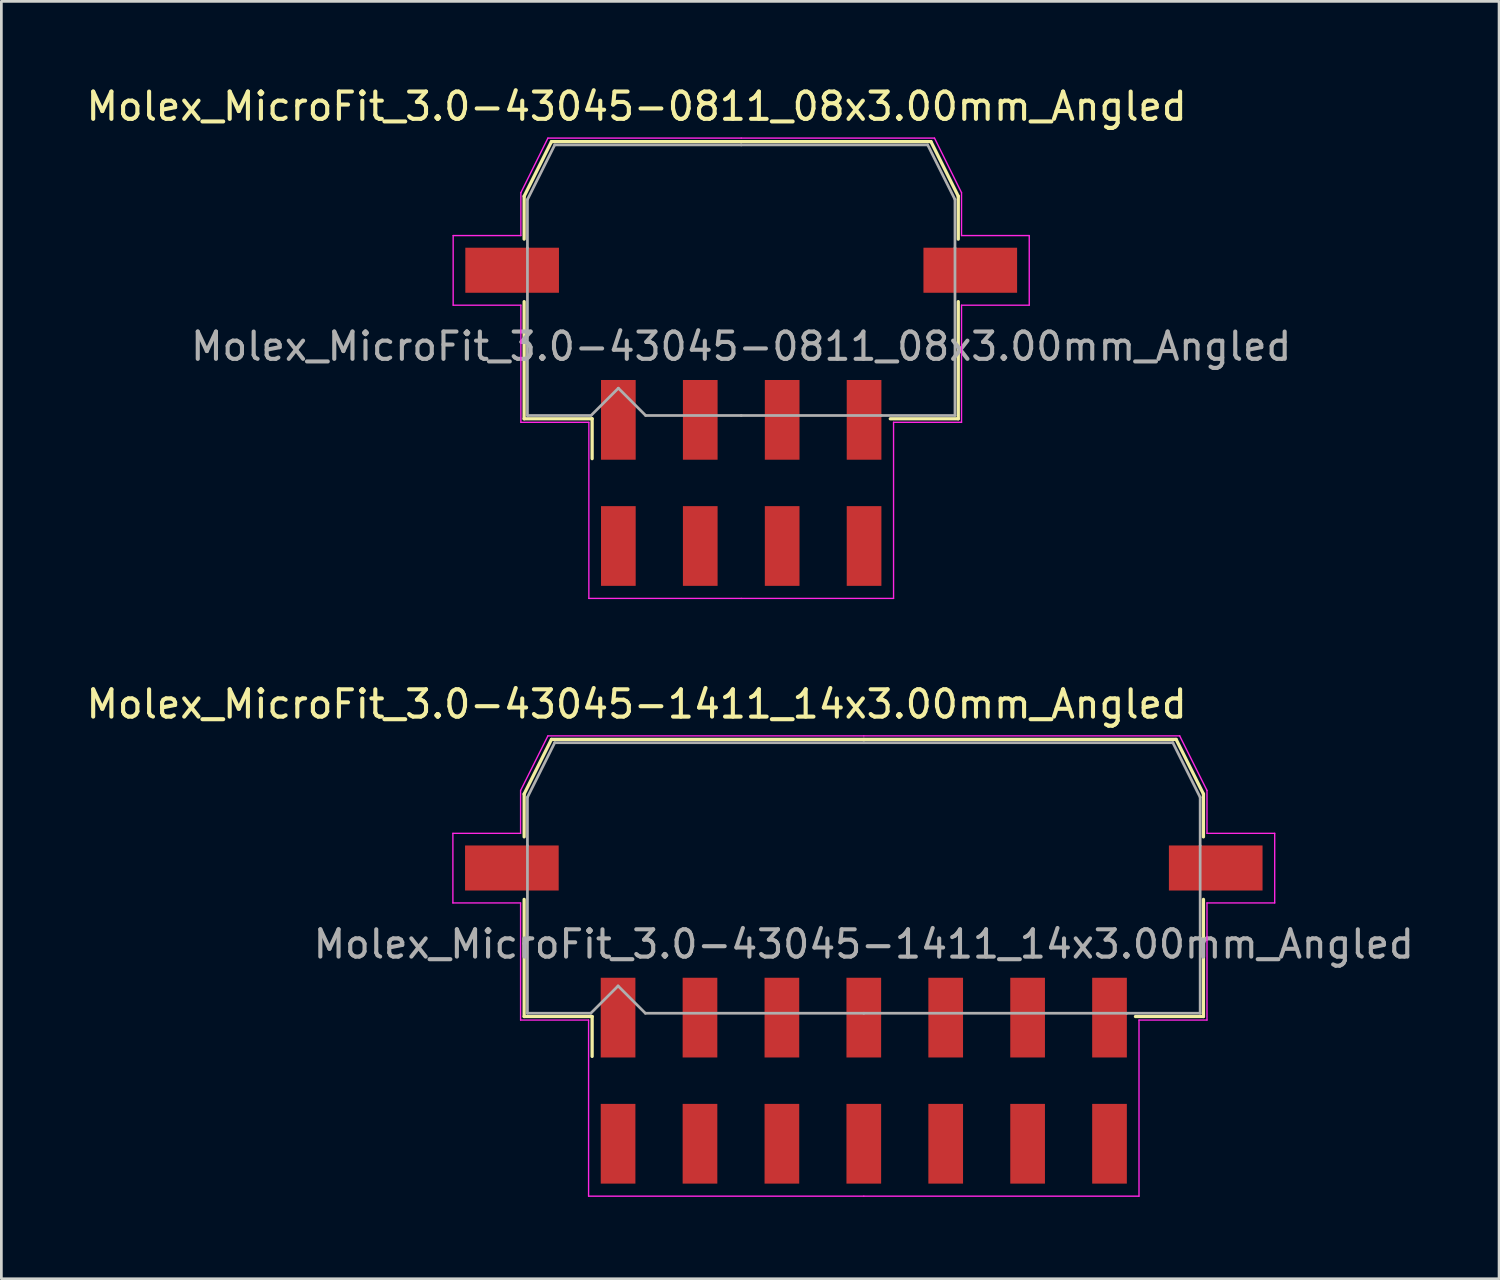
<source format=kicad_pcb>
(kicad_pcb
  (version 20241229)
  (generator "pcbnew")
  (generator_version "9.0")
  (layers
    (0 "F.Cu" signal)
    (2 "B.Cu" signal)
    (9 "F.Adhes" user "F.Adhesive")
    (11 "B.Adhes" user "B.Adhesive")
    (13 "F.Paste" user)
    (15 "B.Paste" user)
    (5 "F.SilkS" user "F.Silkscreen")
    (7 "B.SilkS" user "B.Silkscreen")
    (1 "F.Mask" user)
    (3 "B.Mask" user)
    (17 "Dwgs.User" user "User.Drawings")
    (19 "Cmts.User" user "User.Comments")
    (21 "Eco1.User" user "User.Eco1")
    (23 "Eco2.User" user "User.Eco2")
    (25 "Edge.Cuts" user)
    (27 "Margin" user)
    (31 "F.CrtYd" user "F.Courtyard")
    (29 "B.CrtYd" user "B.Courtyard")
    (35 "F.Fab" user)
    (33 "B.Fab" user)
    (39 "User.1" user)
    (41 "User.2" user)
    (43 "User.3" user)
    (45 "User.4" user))
  (footprint "Molex_MicroFit_3.0-43045-0811_08x3.00mm_Angled"
    (layer "F.Cu")
    (at 24.098 14.638)
    (property "Reference" "Molex_MicroFit_3.0-43045-0811_08x3.00mm_Angled" (at -3.83 -13.79 0) (layer "F.SilkS") (effects (font (size 1 1) (thickness 0.15))))
    (attr smd)
    (fp_line (start -7.95 -10.5) (end -7.95 -8.93) (stroke (width 0.12) (type solid)) (layer "F.SilkS"))
    (fp_line (start -7.95 -6.64) (end -7.95 -2.35) (stroke (width 0.12) (type solid)) (layer "F.SilkS"))
    (fp_line (start -7.95 -2.35) (end -5.46 -2.35) (stroke (width 0.12) (type solid)) (layer "F.SilkS"))
    (fp_line (start -6.95 -12.5) (end -7.95 -10.5) (stroke (width 0.12) (type solid)) (layer "F.SilkS"))
    (fp_line (start -5.46 -2.35) (end -5.46 -0.89) (stroke (width 0.12) (type solid)) (layer "F.SilkS"))
    (fp_line (start 0 -12.5) (end -6.95 -12.5) (stroke (width 0.12) (type solid)) (layer "F.SilkS"))
    (fp_line (start 0 -12.5) (end 6.95 -12.5) (stroke (width 0.12) (type solid)) (layer "F.SilkS"))
    (fp_line (start 6.95 -12.5) (end 7.95 -10.5) (stroke (width 0.12) (type solid)) (layer "F.SilkS"))
    (fp_line (start 7.95 -10.5) (end 7.95 -8.93) (stroke (width 0.12) (type solid)) (layer "F.SilkS"))
    (fp_line (start 7.95 -6.64) (end 7.95 -2.35) (stroke (width 0.12) (type solid)) (layer "F.SilkS"))
    (fp_line (start 7.95 -2.35) (end 5.46 -2.35) (stroke (width 0.12) (type solid)) (layer "F.SilkS"))
    (fp_line (start -10.55 -9.06) (end -10.55 -6.51) (stroke (width 0.05) (type solid)) (layer "F.CrtYd"))
    (fp_line (start -10.55 -6.51) (end -8.07 -6.51) (stroke (width 0.05) (type solid)) (layer "F.CrtYd"))
    (fp_line (start -8.07 -10.63) (end -8.07 -9.06) (stroke (width 0.05) (type solid)) (layer "F.CrtYd"))
    (fp_line (start -8.07 -9.06) (end -10.55 -9.06) (stroke (width 0.05) (type solid)) (layer "F.CrtYd"))
    (fp_line (start -8.07 -6.51) (end -8.07 -2.22) (stroke (width 0.05) (type solid)) (layer "F.CrtYd"))
    (fp_line (start -8.07 -2.22) (end -5.58 -2.22) (stroke (width 0.05) (type solid)) (layer "F.CrtYd"))
    (fp_line (start -7.08 -12.63) (end -8.07 -10.63) (stroke (width 0.05) (type solid)) (layer "F.CrtYd"))
    (fp_line (start -5.58 -2.22) (end -5.58 4.23) (stroke (width 0.05) (type solid)) (layer "F.CrtYd"))
    (fp_line (start -5.58 4.23) (end 0 4.23) (stroke (width 0.05) (type solid)) (layer "F.CrtYd"))
    (fp_line (start 0 -12.63) (end -7.08 -12.63) (stroke (width 0.05) (type solid)) (layer "F.CrtYd"))
    (fp_line (start 0 -12.63) (end 7.08 -12.63) (stroke (width 0.05) (type solid)) (layer "F.CrtYd"))
    (fp_line (start 5.58 -2.22) (end 5.58 4.23) (stroke (width 0.05) (type solid)) (layer "F.CrtYd"))
    (fp_line (start 5.58 4.23) (end 0 4.23) (stroke (width 0.05) (type solid)) (layer "F.CrtYd"))
    (fp_line (start 7.08 -12.63) (end 8.07 -10.63) (stroke (width 0.05) (type solid)) (layer "F.CrtYd"))
    (fp_line (start 8.07 -10.63) (end 8.07 -9.06) (stroke (width 0.05) (type solid)) (layer "F.CrtYd"))
    (fp_line (start 8.07 -9.06) (end 10.55 -9.06) (stroke (width 0.05) (type solid)) (layer "F.CrtYd"))
    (fp_line (start 8.07 -6.51) (end 8.07 -2.22) (stroke (width 0.05) (type solid)) (layer "F.CrtYd"))
    (fp_line (start 8.07 -2.22) (end 5.58 -2.22) (stroke (width 0.05) (type solid)) (layer "F.CrtYd"))
    (fp_line (start 10.55 -9.06) (end 10.55 -6.51) (stroke (width 0.05) (type solid)) (layer "F.CrtYd"))
    (fp_line (start 10.55 -6.51) (end 8.07 -6.51) (stroke (width 0.05) (type solid)) (layer "F.CrtYd"))
    (fp_line (start -7.83 -10.38) (end -7.83 -8.61) (stroke (width 0.1) (type solid)) (layer "F.Fab"))
    (fp_line (start -7.83 -8.61) (end -7.83 -2.47) (stroke (width 0.1) (type solid)) (layer "F.Fab"))
    (fp_line (start -7.83 -2.47) (end -5.5 -2.47) (stroke (width 0.1) (type solid)) (layer "F.Fab"))
    (fp_line (start -6.83 -12.38) (end -7.83 -10.38) (stroke (width 0.1) (type solid)) (layer "F.Fab"))
    (fp_line (start -5.5 -2.47) (end -4.5 -3.47) (stroke (width 0.1) (type solid)) (layer "F.Fab"))
    (fp_line (start -4.5 -3.47) (end -3.5 -2.47) (stroke (width 0.1) (type solid)) (layer "F.Fab"))
    (fp_line (start -3.5 -2.47) (end 0 -2.47) (stroke (width 0.1) (type solid)) (layer "F.Fab"))
    (fp_line (start 0 -12.38) (end -6.83 -12.38) (stroke (width 0.1) (type solid)) (layer "F.Fab"))
    (fp_line (start 0 -12.38) (end 6.83 -12.38) (stroke (width 0.1) (type solid)) (layer "F.Fab"))
    (fp_line (start 5.13 -2.47) (end 0 -2.47) (stroke (width 0.1) (type solid)) (layer "F.Fab"))
    (fp_line (start 6.83 -12.38) (end 7.83 -10.38) (stroke (width 0.1) (type solid)) (layer "F.Fab"))
    (fp_line (start 7.83 -10.38) (end 7.83 -8.61) (stroke (width 0.1) (type solid)) (layer "F.Fab"))
    (fp_line (start 7.83 -8.61) (end 7.83 -2.47) (stroke (width 0.1) (type solid)) (layer "F.Fab"))
    (fp_line (start 7.83 -2.47) (end 5.13 -2.47) (stroke (width 0.1) (type solid)) (layer "F.Fab"))
    (fp_text user "${REFERENCE}" (at 0 -5 0) (layer "F.Fab") (effects (font (size 1 1) (thickness 0.15))))
    (pad "" smd rect (at -8.39 -7.79) (size 3.43 1.65) (layers "F.Cu" "F.Mask" "F.Paste"))
    (pad "" smd rect (at 8.39 -7.79) (size 3.43 1.65) (layers "F.Cu" "F.Mask" "F.Paste"))
    (pad "1" smd rect (at -4.5 -2.31) (size 1.27 2.92) (layers "F.Cu" "F.Mask" "F.Paste"))
    (pad "2" smd rect (at -1.5 -2.31) (size 1.27 2.92) (layers "F.Cu" "F.Mask" "F.Paste"))
    (pad "3" smd rect (at 1.5 -2.31) (size 1.27 2.92) (layers "F.Cu" "F.Mask" "F.Paste"))
    (pad "4" smd rect (at 4.5 -2.31) (size 1.27 2.92) (layers "F.Cu" "F.Mask" "F.Paste"))
    (pad "5" smd rect (at 4.5 2.31) (size 1.27 2.92) (layers "F.Cu" "F.Mask" "F.Paste"))
    (pad "6" smd rect (at 1.5 2.31) (size 1.27 2.92) (layers "F.Cu" "F.Mask" "F.Paste"))
    (pad "7" smd rect (at -1.5 2.31) (size 1.27 2.92) (layers "F.Cu" "F.Mask" "F.Paste"))
    (pad "8" smd rect (at -4.5 2.31) (size 1.27 2.92) (layers "F.Cu" "F.Mask" "F.Paste")))
  (footprint "Molex_MicroFit_3.0-43045-1411_14x3.00mm_Angled"
    (layer "F.Cu")
    (at 28.588 36.532)
    (property "Reference" "Molex_MicroFit_3.0-43045-1411_14x3.00mm_Angled" (at -8.32 -13.79 0) (layer "F.SilkS") (effects (font (size 1 1) (thickness 0.15))))
    (attr smd)
    (fp_line (start -12.44 -10.5) (end -12.44 -8.93) (stroke (width 0.12) (type solid)) (layer "F.SilkS"))
    (fp_line (start -12.44 -6.64) (end -12.44 -2.35) (stroke (width 0.12) (type solid)) (layer "F.SilkS"))
    (fp_line (start -12.44 -2.35) (end -9.95 -2.35) (stroke (width 0.12) (type solid)) (layer "F.SilkS"))
    (fp_line (start -11.44 -12.5) (end -12.44 -10.5) (stroke (width 0.12) (type solid)) (layer "F.SilkS"))
    (fp_line (start -9.95 -2.35) (end -9.95 -0.89) (stroke (width 0.12) (type solid)) (layer "F.SilkS"))
    (fp_line (start 0 -12.5) (end -11.44 -12.5) (stroke (width 0.12) (type solid)) (layer "F.SilkS"))
    (fp_line (start 0 -12.5) (end 11.44 -12.5) (stroke (width 0.12) (type solid)) (layer "F.SilkS"))
    (fp_line (start 11.44 -12.5) (end 12.44 -10.5) (stroke (width 0.12) (type solid)) (layer "F.SilkS"))
    (fp_line (start 12.44 -10.5) (end 12.44 -8.93) (stroke (width 0.12) (type solid)) (layer "F.SilkS"))
    (fp_line (start 12.44 -6.64) (end 12.44 -2.35) (stroke (width 0.12) (type solid)) (layer "F.SilkS"))
    (fp_line (start 12.44 -2.35) (end 9.95 -2.35) (stroke (width 0.12) (type solid)) (layer "F.SilkS"))
    (fp_line (start -15.05 -9.06) (end -15.05 -6.51) (stroke (width 0.05) (type solid)) (layer "F.CrtYd"))
    (fp_line (start -15.05 -6.51) (end -12.57 -6.51) (stroke (width 0.05) (type solid)) (layer "F.CrtYd"))
    (fp_line (start -12.57 -10.63) (end -12.57 -9.06) (stroke (width 0.05) (type solid)) (layer "F.CrtYd"))
    (fp_line (start -12.57 -9.06) (end -15.05 -9.06) (stroke (width 0.05) (type solid)) (layer "F.CrtYd"))
    (fp_line (start -12.57 -6.51) (end -12.57 -2.22) (stroke (width 0.05) (type solid)) (layer "F.CrtYd"))
    (fp_line (start -12.57 -2.22) (end -10.08 -2.22) (stroke (width 0.05) (type solid)) (layer "F.CrtYd"))
    (fp_line (start -11.57 -12.63) (end -12.57 -10.63) (stroke (width 0.05) (type solid)) (layer "F.CrtYd"))
    (fp_line (start -10.08 -2.22) (end -10.08 4.23) (stroke (width 0.05) (type solid)) (layer "F.CrtYd"))
    (fp_line (start -10.08 4.23) (end 0 4.23) (stroke (width 0.05) (type solid)) (layer "F.CrtYd"))
    (fp_line (start 0 -12.63) (end -11.57 -12.63) (stroke (width 0.05) (type solid)) (layer "F.CrtYd"))
    (fp_line (start 0 -12.63) (end 11.57 -12.63) (stroke (width 0.05) (type solid)) (layer "F.CrtYd"))
    (fp_line (start 10.08 -2.22) (end 10.08 4.23) (stroke (width 0.05) (type solid)) (layer "F.CrtYd"))
    (fp_line (start 10.08 4.23) (end 0 4.23) (stroke (width 0.05) (type solid)) (layer "F.CrtYd"))
    (fp_line (start 11.57 -12.63) (end 12.57 -10.63) (stroke (width 0.05) (type solid)) (layer "F.CrtYd"))
    (fp_line (start 12.57 -10.63) (end 12.57 -9.06) (stroke (width 0.05) (type solid)) (layer "F.CrtYd"))
    (fp_line (start 12.57 -9.06) (end 15.05 -9.06) (stroke (width 0.05) (type solid)) (layer "F.CrtYd"))
    (fp_line (start 12.57 -6.51) (end 12.57 -2.22) (stroke (width 0.05) (type solid)) (layer "F.CrtYd"))
    (fp_line (start 12.57 -2.22) (end 10.08 -2.22) (stroke (width 0.05) (type solid)) (layer "F.CrtYd"))
    (fp_line (start 15.05 -9.06) (end 15.05 -6.51) (stroke (width 0.05) (type solid)) (layer "F.CrtYd"))
    (fp_line (start 15.05 -6.51) (end 12.57 -6.51) (stroke (width 0.05) (type solid)) (layer "F.CrtYd"))
    (fp_line (start -12.32 -10.38) (end -12.32 -8.61) (stroke (width 0.1) (type solid)) (layer "F.Fab"))
    (fp_line (start -12.32 -8.61) (end -12.32 -2.47) (stroke (width 0.1) (type solid)) (layer "F.Fab"))
    (fp_line (start -12.32 -2.47) (end -10 -2.47) (stroke (width 0.1) (type solid)) (layer "F.Fab"))
    (fp_line (start -11.32 -12.38) (end -12.32 -10.38) (stroke (width 0.1) (type solid)) (layer "F.Fab"))
    (fp_line (start -10 -2.47) (end -9 -3.47) (stroke (width 0.1) (type solid)) (layer "F.Fab"))
    (fp_line (start -9 -3.47) (end -8 -2.47) (stroke (width 0.1) (type solid)) (layer "F.Fab"))
    (fp_line (start -8 -2.47) (end 0 -2.47) (stroke (width 0.1) (type solid)) (layer "F.Fab"))
    (fp_line (start 0 -12.38) (end -11.32 -12.38) (stroke (width 0.1) (type solid)) (layer "F.Fab"))
    (fp_line (start 0 -12.38) (end 11.32 -12.38) (stroke (width 0.1) (type solid)) (layer "F.Fab"))
    (fp_line (start 9.63 -2.47) (end 0 -2.47) (stroke (width 0.1) (type solid)) (layer "F.Fab"))
    (fp_line (start 11.32 -12.38) (end 12.32 -10.38) (stroke (width 0.1) (type solid)) (layer "F.Fab"))
    (fp_line (start 12.32 -10.38) (end 12.32 -8.61) (stroke (width 0.1) (type solid)) (layer "F.Fab"))
    (fp_line (start 12.32 -8.61) (end 12.32 -2.47) (stroke (width 0.1) (type solid)) (layer "F.Fab"))
    (fp_line (start 12.32 -2.47) (end 9.63 -2.47) (stroke (width 0.1) (type solid)) (layer "F.Fab"))
    (fp_text user "${REFERENCE}" (at 0 -5 0) (layer "F.Fab") (effects (font (size 1 1) (thickness 0.15))))
    (pad "" smd rect (at -12.89 -7.79) (size 3.43 1.65) (layers "F.Cu" "F.Mask" "F.Paste"))
    (pad "" smd rect (at 12.89 -7.79) (size 3.43 1.65) (layers "F.Cu" "F.Mask" "F.Paste"))
    (pad "1" smd rect (at -9 -2.31) (size 1.27 2.92) (layers "F.Cu" "F.Mask" "F.Paste"))
    (pad "2" smd rect (at -6 -2.31) (size 1.27 2.92) (layers "F.Cu" "F.Mask" "F.Paste"))
    (pad "3" smd rect (at -3 -2.31) (size 1.27 2.92) (layers "F.Cu" "F.Mask" "F.Paste"))
    (pad "4" smd rect (at 0 -2.31) (size 1.27 2.92) (layers "F.Cu" "F.Mask" "F.Paste"))
    (pad "5" smd rect (at 3 -2.31) (size 1.27 2.92) (layers "F.Cu" "F.Mask" "F.Paste"))
    (pad "6" smd rect (at 6 -2.31) (size 1.27 2.92) (layers "F.Cu" "F.Mask" "F.Paste"))
    (pad "7" smd rect (at 9 -2.31) (size 1.27 2.92) (layers "F.Cu" "F.Mask" "F.Paste"))
    (pad "8" smd rect (at 9 2.31) (size 1.27 2.92) (layers "F.Cu" "F.Mask" "F.Paste"))
    (pad "9" smd rect (at 6 2.31) (size 1.27 2.92) (layers "F.Cu" "F.Mask" "F.Paste"))
    (pad "10" smd rect (at 3 2.31) (size 1.27 2.92) (layers "F.Cu" "F.Mask" "F.Paste"))
    (pad "11" smd rect (at 0 2.31) (size 1.27 2.92) (layers "F.Cu" "F.Mask" "F.Paste"))
    (pad "12" smd rect (at -3 2.31) (size 1.27 2.92) (layers "F.Cu" "F.Mask" "F.Paste"))
    (pad "13" smd rect (at -6 2.31) (size 1.27 2.92) (layers "F.Cu" "F.Mask" "F.Paste"))
    (pad "14" smd rect (at -9 2.31) (size 1.27 2.92) (layers "F.Cu" "F.Mask" "F.Paste")))
  (gr_rect
    (start -3 -3)
    (end 51.856 43.786)
    (stroke (width 0.1) (type default))
    (fill no)
    (layer "Edge.Cuts")))
</source>
